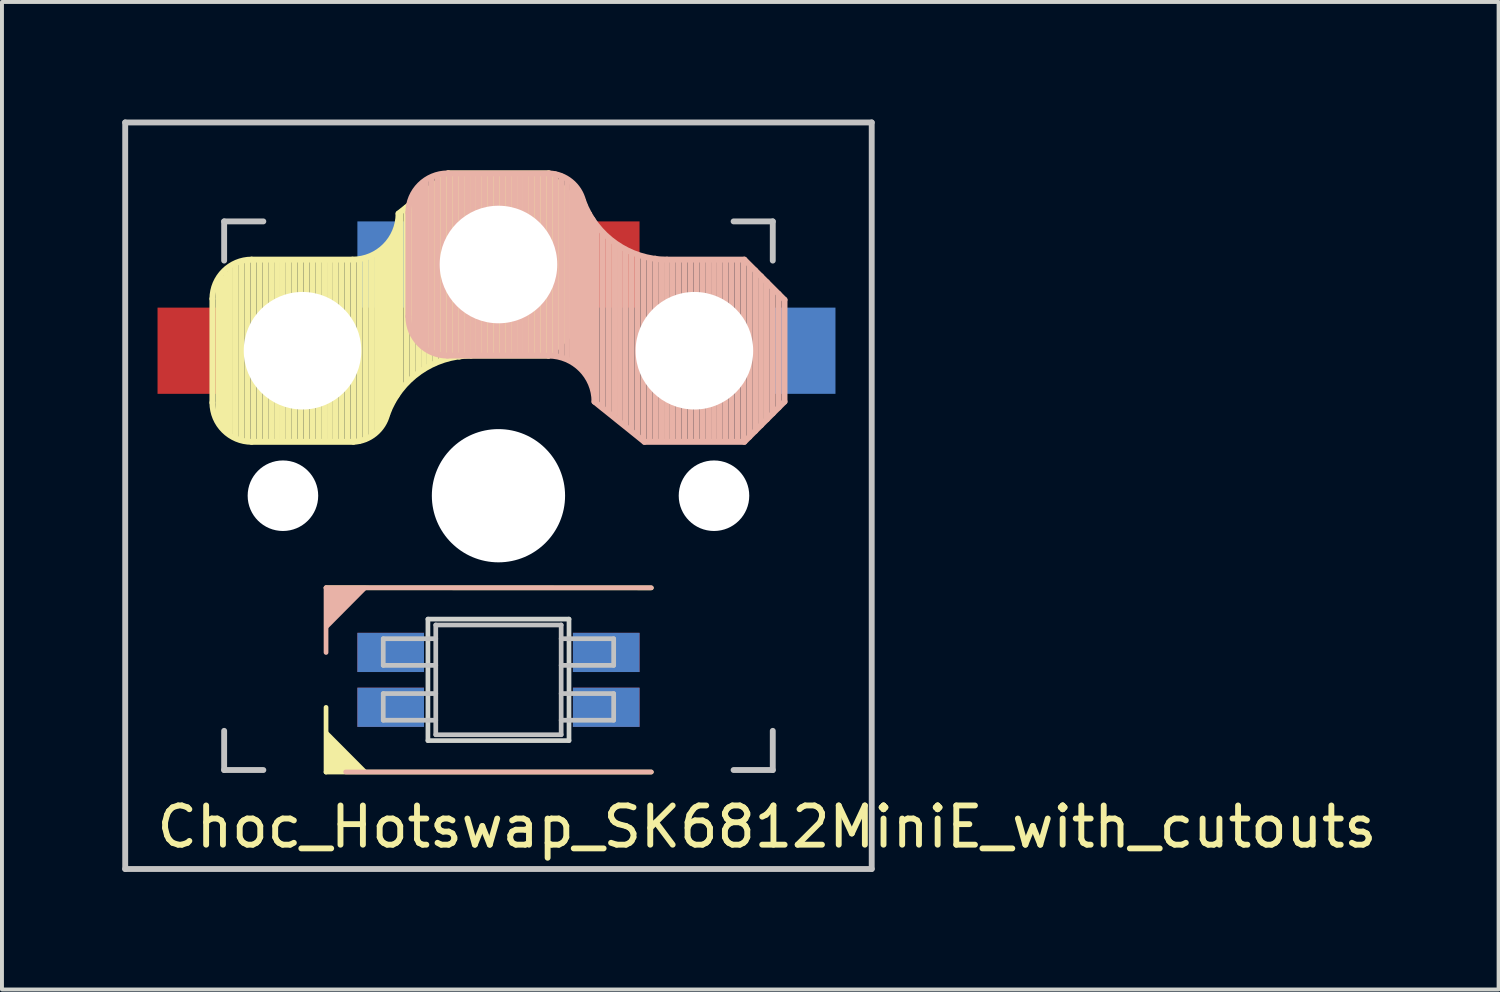
<source format=kicad_pcb>
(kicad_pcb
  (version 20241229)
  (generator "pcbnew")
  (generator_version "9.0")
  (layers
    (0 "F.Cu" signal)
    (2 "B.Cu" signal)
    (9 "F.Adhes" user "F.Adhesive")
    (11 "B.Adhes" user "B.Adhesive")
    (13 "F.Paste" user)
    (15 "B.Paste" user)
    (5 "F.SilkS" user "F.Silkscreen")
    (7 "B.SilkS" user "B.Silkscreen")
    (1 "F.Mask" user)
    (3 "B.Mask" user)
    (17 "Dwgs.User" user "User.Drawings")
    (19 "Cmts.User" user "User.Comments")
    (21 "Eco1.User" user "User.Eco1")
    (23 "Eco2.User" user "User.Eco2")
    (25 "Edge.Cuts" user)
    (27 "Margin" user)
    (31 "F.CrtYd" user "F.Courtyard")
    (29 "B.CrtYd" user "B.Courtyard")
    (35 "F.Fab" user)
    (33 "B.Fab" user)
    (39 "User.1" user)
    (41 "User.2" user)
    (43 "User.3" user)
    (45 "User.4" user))
  (footprint "Choc_Hotswap_SK6812MiniE_with_cutouts"
    (layer "F.Cu")
    (at 9.67 9.6)
    (property "Reference" "Choc_Hotswap_SK6812MiniE_with_cutouts" (at 6.85 8.45 180) (layer "F.SilkS") (effects (font (size 1 1) (thickness 0.15))))
    (attr smd)
    (fp_line (start -7.3 -5.025) (end -7.3 -2.375) (stroke (width 0.15) (type solid)) (layer "F.SilkS"))
    (fp_line (start -7.15 -1.95) (end -7.15 -5.5) (stroke (width 0.15) (type solid)) (layer "F.SilkS"))
    (fp_line (start -7.05 -1.8) (end -7.05 -5.55) (stroke (width 0.15) (type solid)) (layer "F.SilkS"))
    (fp_line (start -6.95 -1.7) (end -6.95 -5.65) (stroke (width 0.15) (type solid)) (layer "F.SilkS"))
    (fp_line (start -6.85 -1.6) (end -6.85 -5.8) (stroke (width 0.15) (type solid)) (layer "F.SilkS"))
    (fp_line (start -6.7 -1.5) (end -6.7 -5.9) (stroke (width 0.15) (type solid)) (layer "F.SilkS"))
    (fp_line (start -6.55 -1.45) (end -6.55 -5.95) (stroke (width 0.15) (type solid)) (layer "F.SilkS"))
    (fp_line (start -6.4 -1.4) (end -6.4 -5.95) (stroke (width 0.15) (type solid)) (layer "F.SilkS"))
    (fp_line (start -6.3 -6.025) (end -3.725 -6.025) (stroke (width 0.15) (type solid)) (layer "F.SilkS"))
    (fp_line (start -6.3 -1.375) (end -3.7 -1.375) (stroke (width 0.15) (type solid)) (layer "F.SilkS"))
    (fp_line (start -6.25 -1.4) (end -6.25 -6) (stroke (width 0.15) (type solid)) (layer "F.SilkS"))
    (fp_line (start -6.1 -1.4) (end -6.1 -6) (stroke (width 0.15) (type solid)) (layer "F.SilkS"))
    (fp_line (start -5.95 -1.4) (end -5.95 -6) (stroke (width 0.15) (type solid)) (layer "F.SilkS"))
    (fp_line (start -5.8 -1.4) (end -5.8 -6) (stroke (width 0.15) (type solid)) (layer "F.SilkS"))
    (fp_line (start -5.65 -1.4) (end -5.65 -6) (stroke (width 0.15) (type solid)) (layer "F.SilkS"))
    (fp_line (start -5.5 -1.4) (end -5.5 -6) (stroke (width 0.15) (type solid)) (layer "F.SilkS"))
    (fp_line (start -5.35 -1.4) (end -5.35 -6) (stroke (width 0.15) (type solid)) (layer "F.SilkS"))
    (fp_line (start -5.2 -1.4) (end -5.2 -6) (stroke (width 0.15) (type solid)) (layer "F.SilkS"))
    (fp_line (start -5.05 -1.4) (end -5.05 -6) (stroke (width 0.15) (type solid)) (layer "F.SilkS"))
    (fp_line (start -4.9 -1.4) (end -4.9 -6) (stroke (width 0.15) (type solid)) (layer "F.SilkS"))
    (fp_line (start -4.75 -1.4) (end -4.75 -6) (stroke (width 0.15) (type solid)) (layer "F.SilkS"))
    (fp_line (start -4.6 -1.4) (end -4.6 -6) (stroke (width 0.15) (type solid)) (layer "F.SilkS"))
    (fp_line (start -4.45 -1.4) (end -4.45 -6) (stroke (width 0.15) (type solid)) (layer "F.SilkS"))
    (fp_line (start -4.4 2.349) (end 3.9 2.352) (stroke (width 0.12) (type solid)) (layer "F.SilkS"))
    (fp_line (start -4.4 7.052) (end -4.4 5.401) (stroke (width 0.12) (type solid)) (layer "F.SilkS"))
    (fp_line (start -4.3 -1.4) (end -4.3 -6) (stroke (width 0.15) (type solid)) (layer "F.SilkS"))
    (fp_line (start -4.15 -1.4) (end -4.15 -6) (stroke (width 0.15) (type solid)) (layer "F.SilkS"))
    (fp_line (start -4 -1.4) (end -4 -6) (stroke (width 0.15) (type solid)) (layer "F.SilkS"))
    (fp_line (start -3.85 -1.4) (end -3.85 -5.95) (stroke (width 0.15) (type solid)) (layer "F.SilkS"))
    (fp_line (start -3.7 -1.4) (end -3.7 -6) (stroke (width 0.15) (type solid)) (layer "F.SilkS"))
    (fp_line (start -3.55 -1.4) (end -3.55 -6) (stroke (width 0.15) (type solid)) (layer "F.SilkS"))
    (fp_line (start -3.4 -1.45) (end -3.4 -6) (stroke (width 0.15) (type solid)) (layer "F.SilkS"))
    (fp_line (start -3.25 -1.55) (end -3.25 -6.1) (stroke (width 0.15) (type solid)) (layer "F.SilkS"))
    (fp_line (start -3.1 -1.65) (end -3.1 -6.15) (stroke (width 0.15) (type solid)) (layer "F.SilkS"))
    (fp_line (start -3 -1.8) (end -3 -6.2) (stroke (width 0.15) (type solid)) (layer "F.SilkS"))
    (fp_line (start -2.9 -2.05) (end -2.9 -6.25) (stroke (width 0.15) (type solid)) (layer "F.SilkS"))
    (fp_line (start -2.8 -2.2) (end -2.8 -6.35) (stroke (width 0.15) (type solid)) (layer "F.SilkS"))
    (fp_line (start -2.7 -2.4) (end -2.7 -6.55) (stroke (width 0.15) (type solid)) (layer "F.SilkS"))
    (fp_line (start -2.6 -2.55) (end -2.6 -6.7) (stroke (width 0.15) (type solid)) (layer "F.SilkS"))
    (fp_line (start -2.5 -2.75) (end -2.5 -7.2) (stroke (width 0.15) (type solid)) (layer "F.SilkS"))
    (fp_line (start -2.35 -2.9) (end -2.35 -7.35) (stroke (width 0.15) (type solid)) (layer "F.SilkS"))
    (fp_line (start -2.2 -3.05) (end -2.2 -7.45) (stroke (width 0.15) (type solid)) (layer "F.SilkS"))
    (fp_line (start -2.05 -3.15) (end -2.05 -7.55) (stroke (width 0.15) (type solid)) (layer "F.SilkS"))
    (fp_line (start -1.9 -3.25) (end -1.9 -7.7) (stroke (width 0.15) (type solid)) (layer "F.SilkS"))
    (fp_line (start -1.75 -3.35) (end -1.75 -7.8) (stroke (width 0.15) (type solid)) (layer "F.SilkS"))
    (fp_line (start -1.6 -3.4) (end -1.6 -7.95) (stroke (width 0.15) (type solid)) (layer "F.SilkS"))
    (fp_line (start -1.45 -3.5) (end -1.45 -8.05) (stroke (width 0.15) (type solid)) (layer "F.SilkS"))
    (fp_line (start -1.3 -3.55) (end -1.3 -8.15) (stroke (width 0.15) (type solid)) (layer "F.SilkS"))
    (fp_line (start -1.275 -8.225) (end -2.55 -7.2) (stroke (width 0.15) (type solid)) (layer "F.SilkS"))
    (fp_line (start -1.275 -8.225) (end 1.275 -8.225) (stroke (width 0.15) (type solid)) (layer "F.SilkS"))
    (fp_line (start -1.15 -3.55) (end -1.15 -8.2) (stroke (width 0.15) (type solid)) (layer "F.SilkS"))
    (fp_line (start -1 -3.55) (end -1 -8.2) (stroke (width 0.15) (type solid)) (layer "F.SilkS"))
    (fp_line (start -0.85 -3.6) (end -0.85 -8.15) (stroke (width 0.15) (type solid)) (layer "F.SilkS"))
    (fp_line (start -0.7 -3.6) (end -0.7 -8.2) (stroke (width 0.15) (type solid)) (layer "F.SilkS"))
    (fp_line (start -0.7 -3.575) (end 1.275 -3.575) (stroke (width 0.15) (type solid)) (layer "F.SilkS"))
    (fp_line (start -0.55 -3.6) (end -0.55 -8.2) (stroke (width 0.15) (type solid)) (layer "F.SilkS"))
    (fp_line (start -0.4 -3.6) (end -0.4 -8.2) (stroke (width 0.15) (type solid)) (layer "F.SilkS"))
    (fp_line (start -0.25 -3.6) (end -0.25 -8.2) (stroke (width 0.15) (type solid)) (layer "F.SilkS"))
    (fp_line (start -0.1 -3.6) (end -0.1 -8.2) (stroke (width 0.15) (type solid)) (layer "F.SilkS"))
    (fp_line (start 0.05 -3.6) (end 0.05 -8.2) (stroke (width 0.15) (type solid)) (layer "F.SilkS"))
    (fp_line (start 0.2 -3.6) (end 0.2 -8.2) (stroke (width 0.15) (type solid)) (layer "F.SilkS"))
    (fp_line (start 0.35 -3.6) (end 0.35 -8.2) (stroke (width 0.15) (type solid)) (layer "F.SilkS"))
    (fp_line (start 0.5 -3.6) (end 0.5 -8.2) (stroke (width 0.15) (type solid)) (layer "F.SilkS"))
    (fp_line (start 0.65 -3.6) (end 0.65 -8.2) (stroke (width 0.15) (type solid)) (layer "F.SilkS"))
    (fp_line (start 0.8 -3.6) (end 0.8 -8.2) (stroke (width 0.15) (type solid)) (layer "F.SilkS"))
    (fp_line (start 0.95 -3.6) (end 0.95 -8.2) (stroke (width 0.15) (type solid)) (layer "F.SilkS"))
    (fp_line (start 1.1 -3.6) (end 1.1 -8.2) (stroke (width 0.15) (type solid)) (layer "F.SilkS"))
    (fp_line (start 1.25 -3.6) (end 1.25 -8.2) (stroke (width 0.15) (type solid)) (layer "F.SilkS"))
    (fp_line (start 1.4 -3.75) (end 1.4 -8.1) (stroke (width 0.15) (type solid)) (layer "F.SilkS"))
    (fp_line (start 1.55 -3.85) (end 1.55 -7.95) (stroke (width 0.15) (type solid)) (layer "F.SilkS"))
    (fp_line (start 1.7 -4) (end 1.7 -7.8) (stroke (width 0.15) (type solid)) (layer "F.SilkS"))
    (fp_line (start 1.85 -4.15) (end 1.85 -7.65) (stroke (width 0.15) (type solid)) (layer "F.SilkS"))
    (fp_line (start 2 -4.35) (end 2 -7.5) (stroke (width 0.15) (type solid)) (layer "F.SilkS"))
    (fp_line (start 2.15 -4.45) (end 2.15 -7.35) (stroke (width 0.15) (type solid)) (layer "F.SilkS"))
    (fp_line (start 2.3 -7.2) (end 1.275 -8.225) (stroke (width 0.15) (type solid)) (layer "F.SilkS"))
    (fp_line (start 2.3 -7.2) (end 2.3 -4.6) (stroke (width 0.15) (type solid)) (layer "F.SilkS"))
    (fp_line (start 2.3 -4.6) (end 1.275 -3.575) (stroke (width 0.15) (type solid)) (layer "F.SilkS"))
    (fp_line (start 3.9 7.052) (end -4.4 7.052) (stroke (width 0.12) (type solid)) (layer "F.SilkS"))
    (fp_arc (start -7.3 -5.025) (mid -7.007107 -5.732107) (end -6.3 -6.025) (stroke (width 0.15) (type solid)) (layer "F.SilkS"))
    (fp_arc (start -6.3 -1.375) (mid -7.007107 -1.667893) (end -7.3 -2.375) (stroke (width 0.15) (type solid)) (layer "F.SilkS"))
    (fp_arc (start -2.837801 -2.078096) (mid -3.151716 -1.583979) (end -3.699005 -1.376209) (stroke (width 0.15) (type solid)) (layer "F.SilkS"))
    (fp_arc (start -2.837801 -2.078096) (mid -2.004887 -3.163571) (end -0.7 -3.575) (stroke (width 0.15) (type solid)) (layer "F.SilkS"))
    (fp_arc (start -2.55 -7.2) (mid -2.89415 -6.36915) (end -3.725 -6.025) (stroke (width 0.15) (type solid)) (layer "F.SilkS"))
    (fp_poly (pts (xy -3.392 7.049) (xy -4.4 7.052) (xy -4.4 6.036)) (stroke (width 0.1) (type solid)) (fill yes) (layer "F.SilkS"))
    (fp_line (start -4.4 2.349) (end -4.4 4) (stroke (width 0.12) (type solid)) (layer "B.SilkS"))
    (fp_line (start -3.9 7.049) (end 3.9 7.049) (stroke (width 0.12) (type solid)) (layer "B.SilkS"))
    (fp_line (start -2.3 -4.575) (end -2.3 -7.225) (stroke (width 0.15) (type solid)) (layer "B.SilkS"))
    (fp_line (start -2.15 -7.65) (end -2.15 -4.1) (stroke (width 0.15) (type solid)) (layer "B.SilkS"))
    (fp_line (start -2.05 -7.8) (end -2.05 -4.05) (stroke (width 0.15) (type solid)) (layer "B.SilkS"))
    (fp_line (start -1.95 -7.9) (end -1.95 -3.95) (stroke (width 0.15) (type solid)) (layer "B.SilkS"))
    (fp_line (start -1.85 -8) (end -1.85 -3.8) (stroke (width 0.15) (type solid)) (layer "B.SilkS"))
    (fp_line (start -1.7 -8.1) (end -1.7 -3.7) (stroke (width 0.15) (type solid)) (layer "B.SilkS"))
    (fp_line (start -1.55 -8.15) (end -1.55 -3.65) (stroke (width 0.15) (type solid)) (layer "B.SilkS"))
    (fp_line (start -1.4 -8.2) (end -1.4 -3.65) (stroke (width 0.15) (type solid)) (layer "B.SilkS"))
    (fp_line (start -1.3 -8.225) (end 1.3 -8.225) (stroke (width 0.15) (type solid)) (layer "B.SilkS"))
    (fp_line (start -1.3 -3.575) (end 1.275 -3.575) (stroke (width 0.15) (type solid)) (layer "B.SilkS"))
    (fp_line (start -1.25 -8.2) (end -1.25 -3.6) (stroke (width 0.15) (type solid)) (layer "B.SilkS"))
    (fp_line (start -1.1 -8.2) (end -1.1 -3.6) (stroke (width 0.15) (type solid)) (layer "B.SilkS"))
    (fp_line (start -0.95 -8.2) (end -0.95 -3.6) (stroke (width 0.15) (type solid)) (layer "B.SilkS"))
    (fp_line (start -0.8 -8.2) (end -0.8 -3.6) (stroke (width 0.15) (type solid)) (layer "B.SilkS"))
    (fp_line (start -0.65 -8.2) (end -0.65 -3.6) (stroke (width 0.15) (type solid)) (layer "B.SilkS"))
    (fp_line (start -0.5 -8.2) (end -0.5 -3.6) (stroke (width 0.15) (type solid)) (layer "B.SilkS"))
    (fp_line (start -0.35 -8.2) (end -0.35 -3.6) (stroke (width 0.15) (type solid)) (layer "B.SilkS"))
    (fp_line (start -0.2 -8.2) (end -0.2 -3.6) (stroke (width 0.15) (type solid)) (layer "B.SilkS"))
    (fp_line (start -0.05 -8.2) (end -0.05 -3.6) (stroke (width 0.15) (type solid)) (layer "B.SilkS"))
    (fp_line (start 0.1 -8.2) (end 0.1 -3.6) (stroke (width 0.15) (type solid)) (layer "B.SilkS"))
    (fp_line (start 0.25 -8.2) (end 0.25 -3.6) (stroke (width 0.15) (type solid)) (layer "B.SilkS"))
    (fp_line (start 0.4 -8.2) (end 0.4 -3.6) (stroke (width 0.15) (type solid)) (layer "B.SilkS"))
    (fp_line (start 0.55 -8.2) (end 0.55 -3.6) (stroke (width 0.15) (type solid)) (layer "B.SilkS"))
    (fp_line (start 0.7 -8.2) (end 0.7 -3.6) (stroke (width 0.15) (type solid)) (layer "B.SilkS"))
    (fp_line (start 0.85 -8.2) (end 0.85 -3.6) (stroke (width 0.15) (type solid)) (layer "B.SilkS"))
    (fp_line (start 1 -8.2) (end 1 -3.6) (stroke (width 0.15) (type solid)) (layer "B.SilkS"))
    (fp_line (start 1.15 -8.2) (end 1.15 -3.65) (stroke (width 0.15) (type solid)) (layer "B.SilkS"))
    (fp_line (start 1.3 -8.2) (end 1.3 -3.6) (stroke (width 0.15) (type solid)) (layer "B.SilkS"))
    (fp_line (start 1.45 -8.2) (end 1.45 -3.6) (stroke (width 0.15) (type solid)) (layer "B.SilkS"))
    (fp_line (start 1.6 -8.15) (end 1.6 -3.6) (stroke (width 0.15) (type solid)) (layer "B.SilkS"))
    (fp_line (start 1.75 -8.05) (end 1.75 -3.5) (stroke (width 0.15) (type solid)) (layer "B.SilkS"))
    (fp_line (start 1.9 -7.95) (end 1.9 -3.45) (stroke (width 0.15) (type solid)) (layer "B.SilkS"))
    (fp_line (start 2 -7.8) (end 2 -3.4) (stroke (width 0.15) (type solid)) (layer "B.SilkS"))
    (fp_line (start 2.1 -7.55) (end 2.1 -3.35) (stroke (width 0.15) (type solid)) (layer "B.SilkS"))
    (fp_line (start 2.2 -7.4) (end 2.2 -3.25) (stroke (width 0.15) (type solid)) (layer "B.SilkS"))
    (fp_line (start 2.3 -7.2) (end 2.3 -3.05) (stroke (width 0.15) (type solid)) (layer "B.SilkS"))
    (fp_line (start 2.4 -7.05) (end 2.4 -2.9) (stroke (width 0.15) (type solid)) (layer "B.SilkS"))
    (fp_line (start 2.5 -6.85) (end 2.5 -2.4) (stroke (width 0.15) (type solid)) (layer "B.SilkS"))
    (fp_line (start 2.65 -6.7) (end 2.65 -2.25) (stroke (width 0.15) (type solid)) (layer "B.SilkS"))
    (fp_line (start 2.8 -6.55) (end 2.8 -2.15) (stroke (width 0.15) (type solid)) (layer "B.SilkS"))
    (fp_line (start 2.95 -6.45) (end 2.95 -2.05) (stroke (width 0.15) (type solid)) (layer "B.SilkS"))
    (fp_line (start 3.1 -6.35) (end 3.1 -1.9) (stroke (width 0.15) (type solid)) (layer "B.SilkS"))
    (fp_line (start 3.25 -6.25) (end 3.25 -1.8) (stroke (width 0.15) (type solid)) (layer "B.SilkS"))
    (fp_line (start 3.4 -6.2) (end 3.4 -1.65) (stroke (width 0.15) (type solid)) (layer "B.SilkS"))
    (fp_line (start 3.55 -6.1) (end 3.55 -1.55) (stroke (width 0.15) (type solid)) (layer "B.SilkS"))
    (fp_line (start 3.7 -6.05) (end 3.7 -1.45) (stroke (width 0.15) (type solid)) (layer "B.SilkS"))
    (fp_line (start 3.725 -1.375) (end 2.45 -2.4) (stroke (width 0.15) (type solid)) (layer "B.SilkS"))
    (fp_line (start 3.725 -1.375) (end 6.275 -1.375) (stroke (width 0.15) (type solid)) (layer "B.SilkS"))
    (fp_line (start 3.85 -6.05) (end 3.85 -1.4) (stroke (width 0.15) (type solid)) (layer "B.SilkS"))
    (fp_line (start 3.9 2.349) (end -4.4 2.349) (stroke (width 0.12) (type solid)) (layer "B.SilkS"))
    (fp_line (start 4 -6.05) (end 4 -1.4) (stroke (width 0.15) (type solid)) (layer "B.SilkS"))
    (fp_line (start 4.15 -6) (end 4.15 -1.45) (stroke (width 0.15) (type solid)) (layer "B.SilkS"))
    (fp_line (start 4.3 -6.025) (end 6.275 -6.025) (stroke (width 0.15) (type solid)) (layer "B.SilkS"))
    (fp_line (start 4.3 -6) (end 4.3 -1.4) (stroke (width 0.15) (type solid)) (layer "B.SilkS"))
    (fp_line (start 4.45 -6) (end 4.45 -1.4) (stroke (width 0.15) (type solid)) (layer "B.SilkS"))
    (fp_line (start 4.6 -6) (end 4.6 -1.4) (stroke (width 0.15) (type solid)) (layer "B.SilkS"))
    (fp_line (start 4.75 -6) (end 4.75 -1.4) (stroke (width 0.15) (type solid)) (layer "B.SilkS"))
    (fp_line (start 4.9 -6) (end 4.9 -1.4) (stroke (width 0.15) (type solid)) (layer "B.SilkS"))
    (fp_line (start 5.05 -6) (end 5.05 -1.4) (stroke (width 0.15) (type solid)) (layer "B.SilkS"))
    (fp_line (start 5.2 -6) (end 5.2 -1.4) (stroke (width 0.15) (type solid)) (layer "B.SilkS"))
    (fp_line (start 5.35 -6) (end 5.35 -1.4) (stroke (width 0.15) (type solid)) (layer "B.SilkS"))
    (fp_line (start 5.5 -6) (end 5.5 -1.4) (stroke (width 0.15) (type solid)) (layer "B.SilkS"))
    (fp_line (start 5.65 -6) (end 5.65 -1.4) (stroke (width 0.15) (type solid)) (layer "B.SilkS"))
    (fp_line (start 5.8 -6) (end 5.8 -1.4) (stroke (width 0.15) (type solid)) (layer "B.SilkS"))
    (fp_line (start 5.95 -6) (end 5.95 -1.4) (stroke (width 0.15) (type solid)) (layer "B.SilkS"))
    (fp_line (start 6.1 -6) (end 6.1 -1.4) (stroke (width 0.15) (type solid)) (layer "B.SilkS"))
    (fp_line (start 6.25 -6) (end 6.25 -1.4) (stroke (width 0.15) (type solid)) (layer "B.SilkS"))
    (fp_line (start 6.4 -5.85) (end 6.4 -1.5) (stroke (width 0.15) (type solid)) (layer "B.SilkS"))
    (fp_line (start 6.55 -5.75) (end 6.55 -1.65) (stroke (width 0.15) (type solid)) (layer "B.SilkS"))
    (fp_line (start 6.7 -5.6) (end 6.7 -1.8) (stroke (width 0.15) (type solid)) (layer "B.SilkS"))
    (fp_line (start 6.85 -5.45) (end 6.85 -1.95) (stroke (width 0.15) (type solid)) (layer "B.SilkS"))
    (fp_line (start 7 -5.25) (end 7 -2.1) (stroke (width 0.15) (type solid)) (layer "B.SilkS"))
    (fp_line (start 7.15 -5.15) (end 7.15 -2.25) (stroke (width 0.15) (type solid)) (layer "B.SilkS"))
    (fp_line (start 7.3 -5) (end 6.275 -6.025) (stroke (width 0.15) (type solid)) (layer "B.SilkS"))
    (fp_line (start 7.3 -2.4) (end 6.275 -1.375) (stroke (width 0.15) (type solid)) (layer "B.SilkS"))
    (fp_line (start 7.3 -2.4) (end 7.3 -5) (stroke (width 0.15) (type solid)) (layer "B.SilkS"))
    (fp_arc (start -2.3 -7.225) (mid -2.007107 -7.932107) (end -1.3 -8.225) (stroke (width 0.15) (type solid)) (layer "B.SilkS"))
    (fp_arc (start -1.3 -3.575) (mid -2.007107 -3.867893) (end -2.3 -4.575) (stroke (width 0.15) (type solid)) (layer "B.SilkS"))
    (fp_arc (start 1.275 -3.575) (mid 2.10585 -3.23085) (end 2.45 -2.4) (stroke (width 0.15) (type solid)) (layer "B.SilkS"))
    (fp_arc (start 1.300995 -8.223791) (mid 1.848284 -8.016021) (end 2.162199 -7.521904) (stroke (width 0.15) (type solid)) (layer "B.SilkS"))
    (fp_arc (start 4.3 -6.025) (mid 2.995114 -6.436429) (end 2.162199 -7.521904) (stroke (width 0.15) (type solid)) (layer "B.SilkS"))
    (fp_poly (pts (xy -4.4 3.365) (xy -4.4 2.349) (xy -3.392 2.349)) (stroke (width 0.1) (type solid)) (fill yes) (layer "B.SilkS"))
    (fp_line (start -9.525 -9.525) (end 9.525 -9.525) (stroke (width 0.15) (type solid)) (layer "Dwgs.User"))
    (fp_line (start -9.525 9.525) (end -9.525 -9.525) (stroke (width 0.15) (type solid)) (layer "Dwgs.User"))
    (fp_line (start -7 -7) (end -7 -6) (stroke (width 0.15) (type solid)) (layer "Dwgs.User"))
    (fp_line (start -7 6) (end -7 7) (stroke (width 0.15) (type solid)) (layer "Dwgs.User"))
    (fp_line (start -7 7) (end -6 7) (stroke (width 0.15) (type solid)) (layer "Dwgs.User"))
    (fp_line (start -6 -7) (end -7 -7) (stroke (width 0.15) (type solid)) (layer "Dwgs.User"))
    (fp_line (start -2.94 3.649) (end -2.94 4.329) (stroke (width 0.12) (type solid)) (layer "Dwgs.User"))
    (fp_line (start -2.94 4.329) (end -1.6 4.329) (stroke (width 0.12) (type solid)) (layer "Dwgs.User"))
    (fp_line (start -2.94 5.049) (end -2.94 5.729) (stroke (width 0.12) (type solid)) (layer "Dwgs.User"))
    (fp_line (start -2.94 5.729) (end -1.6 5.729) (stroke (width 0.12) (type solid)) (layer "Dwgs.User"))
    (fp_line (start -1.6 3.299) (end -1.6 6.099) (stroke (width 0.12) (type solid)) (layer "Dwgs.User"))
    (fp_line (start -1.6 3.299) (end 1.6 3.299) (stroke (width 0.12) (type solid)) (layer "Dwgs.User"))
    (fp_line (start -1.6 3.649) (end -2.94 3.649) (stroke (width 0.12) (type solid)) (layer "Dwgs.User"))
    (fp_line (start -1.6 5.049) (end -2.94 5.049) (stroke (width 0.12) (type solid)) (layer "Dwgs.User"))
    (fp_line (start -1.6 6.099) (end 1.6 6.099) (stroke (width 0.12) (type solid)) (layer "Dwgs.User"))
    (fp_line (start 1.6 3.299) (end 1.6 6.099) (stroke (width 0.12) (type solid)) (layer "Dwgs.User"))
    (fp_line (start 1.6 4.329) (end 2.94 4.329) (stroke (width 0.12) (type solid)) (layer "Dwgs.User"))
    (fp_line (start 1.6 5.729) (end 2.94 5.729) (stroke (width 0.12) (type solid)) (layer "Dwgs.User"))
    (fp_line (start 2.94 3.649) (end 1.6 3.649) (stroke (width 0.12) (type solid)) (layer "Dwgs.User"))
    (fp_line (start 2.94 4.329) (end 2.94 3.649) (stroke (width 0.12) (type solid)) (layer "Dwgs.User"))
    (fp_line (start 2.94 5.049) (end 1.6 5.049) (stroke (width 0.12) (type solid)) (layer "Dwgs.User"))
    (fp_line (start 2.94 5.729) (end 2.94 5.049) (stroke (width 0.12) (type solid)) (layer "Dwgs.User"))
    (fp_line (start 6 -7) (end 7 -7) (stroke (width 0.15) (type solid)) (layer "Dwgs.User"))
    (fp_line (start 7 -7) (end 7 -6) (stroke (width 0.15) (type solid)) (layer "Dwgs.User"))
    (fp_line (start 7 6) (end 7 7) (stroke (width 0.15) (type solid)) (layer "Dwgs.User"))
    (fp_line (start 7 7) (end 6 7) (stroke (width 0.15) (type solid)) (layer "Dwgs.User"))
    (fp_line (start 9.525 -9.525) (end 9.525 9.525) (stroke (width 0.15) (type solid)) (layer "Dwgs.User"))
    (fp_line (start 9.525 9.525) (end -9.525 9.525) (stroke (width 0.15) (type solid)) (layer "Dwgs.User"))
    (fp_line (start -1.8 3.149) (end -1.8 6.249) (stroke (width 0.12) (type solid)) (layer "Edge.Cuts"))
    (fp_line (start -1.8 6.249) (end 1.8 6.249) (stroke (width 0.12) (type solid)) (layer "Edge.Cuts"))
    (fp_line (start 1.8 3.149) (end -1.8 3.149) (stroke (width 0.12) (type solid)) (layer "Edge.Cuts"))
    (fp_line (start 1.8 6.249) (end 1.8 3.149) (stroke (width 0.12) (type solid)) (layer "Edge.Cuts"))
    (fp_rect (start -6.9 -6.9) (end 6.9 6.9) (stroke (width 0.1) (type solid)) (fill no) (layer "User.3"))
    (fp_line (start -3.7 5.75) (end -3.7 3.65) (stroke (width 0.15) (type default)) (layer "User.5"))
    (fp_line (start -3.2 3.15) (end 3.2 3.15) (stroke (width 0.15) (type default)) (layer "User.5"))
    (fp_line (start 3.2 6.25) (end -3.2 6.25) (stroke (width 0.15) (type default)) (layer "User.5"))
    (fp_line (start 3.7 3.65) (end 3.7 5.75) (stroke (width 0.15) (type default)) (layer "User.5"))
    (fp_arc (start -3.700001 3.649999) (mid -3.553554 3.296446) (end -3.200001 3.149999) (stroke (width 0.15) (type default)) (layer "User.5"))
    (fp_arc (start -3.200001 6.249999) (mid -3.553553 6.103552) (end -3.700001 5.749999) (stroke (width 0.15) (type default)) (layer "User.5"))
    (fp_arc (start 3.199999 3.149999) (mid 3.553553 3.296445) (end 3.699999 3.649999) (stroke (width 0.15) (type default)) (layer "User.5"))
    (fp_arc (start 3.699999 5.749999) (mid 3.553553 6.103553) (end 3.199999 6.249999) (stroke (width 0.15) (type default)) (layer "User.5"))
    (fp_line (start -4.65 -7.3) (end -2.5 -8.5) (stroke (width 0.15) (type solid)) (layer "User.6"))
    (fp_line (start -4.65 -4.6) (end -4.65 -7.3) (stroke (width 0.15) (type solid)) (layer "User.6"))
    (fp_line (start -4.65 -4.6) (end -1.433 0.915) (stroke (width 0.15) (type solid)) (layer "User.6"))
    (fp_line (start 0.215 1.686) (end 5.665 0.893) (stroke (width 0.15) (type solid)) (layer "User.6"))
    (fp_line (start 2.8 -8.5) (end -2.5 -8.5) (stroke (width 0.15) (type solid)) (layer "User.6"))
    (fp_line (start 7.5 -6.5) (end 2.8 -8.5) (stroke (width 0.15) (type solid)) (layer "User.6"))
    (fp_line (start 9.6 -5.1) (end 7.5 -6.5) (stroke (width 0.15) (type solid)) (layer "User.6"))
    (fp_line (start 9.6 -5.1) (end 9.6 -2.4) (stroke (width 0.15) (type solid)) (layer "User.6"))
    (fp_line (start 9.6 -2.4) (end 6.123 0.694) (stroke (width 0.15) (type solid)) (layer "User.6"))
    (fp_arc (start 0.215274 1.686315) (mid -0.72057 1.539632) (end -1.432504 0.914756) (stroke (width 0.15) (type solid)) (layer "User.6"))
    (fp_arc (start 6.122741 0.694116) (mid 5.90786 0.825762) (end 5.664894 0.892636) (stroke (width 0.15) (type solid)) (layer "User.6"))
    (fp_line (start -9.595 -5.1) (end -9.595 -2.4) (stroke (width 0.15) (type solid)) (layer "User.7"))
    (fp_line (start -9.595 -5.1) (end -7.495 -6.5) (stroke (width 0.15) (type solid)) (layer "User.7"))
    (fp_line (start -9.595 -2.4) (end -6.117 0.694) (stroke (width 0.15) (type solid)) (layer "User.7"))
    (fp_line (start -7.495 -6.5) (end -2.795 -8.5) (stroke (width 0.15) (type solid)) (layer "User.7"))
    (fp_line (start -2.795 -8.5) (end 2.505 -8.5) (stroke (width 0.15) (type solid)) (layer "User.7"))
    (fp_line (start -0.21 1.686) (end -5.659 0.893) (stroke (width 0.15) (type solid)) (layer "User.7"))
    (fp_line (start 4.655 -7.3) (end 2.505 -8.5) (stroke (width 0.15) (type solid)) (layer "User.7"))
    (fp_line (start 4.655 -4.6) (end 1.438 0.915) (stroke (width 0.15) (type solid)) (layer "User.7"))
    (fp_line (start 4.655 -4.6) (end 4.655 -7.3) (stroke (width 0.15) (type solid)) (layer "User.7"))
    (fp_arc (start -5.659412 0.892752) (mid -5.902379 0.825881) (end -6.117259 0.694232) (stroke (width 0.15) (type solid)) (layer "User.7"))
    (fp_arc (start 1.437986 0.914872) (mid 0.726052 1.539748) (end -0.209792 1.686431) (stroke (width 0.15) (type solid)) (layer "User.7"))
    (pad "" np_thru_hole circle (at -5.5 0 270) (size 1.8 1.8) (drill 1.8) (layers "*.Cu" "*.Mask"))
    (pad "" np_thru_hole circle (at -5 -3.7 90) (size 3 3) (drill 3) (layers "*.Cu" "*.Mask"))
    (pad "" np_thru_hole circle (at 0 -5.9 270) (size 3 3) (drill 3) (layers "*.Cu" "*.Mask"))
    (pad "" np_thru_hole circle (at 0 0 270) (size 3.4 3.4) (drill 3.4) (layers "*.Cu" "*.Mask"))
    (pad "" np_thru_hole circle (at 5 -3.7 270) (size 3 3) (drill 3) (layers "*.Cu" "*.Mask"))
    (pad "" np_thru_hole circle (at 5.5 0 270) (size 1.8 1.8) (drill 1.8) (layers "*.Cu" "*.Mask"))
    (pad "1" smd rect (at 2.75 3.999) (size 1.7 1) (layers "F.Cu" "F.Mask" "F.Paste"))
    (pad "1" smd rect (at 2.75 5.399) (size 1.7 1) (layers "B.Cu" "B.Mask" "B.Paste"))
    (pad "2" smd rect (at 2.75 3.999) (size 1.7 1) (layers "B.Cu" "B.Mask" "B.Paste"))
    (pad "2" smd rect (at 2.75 5.399) (size 1.7 1) (layers "F.Cu" "F.Mask" "F.Paste"))
    (pad "3" smd rect (at -2.75 3.999) (size 1.7 1) (layers "B.Cu" "B.Mask" "B.Paste"))
    (pad "3" smd rect (at -2.75 5.399) (size 1.7 1) (layers "F.Cu" "F.Mask" "F.Paste"))
    (pad "4" smd rect (at -2.75 3.999) (size 1.7 1) (layers "F.Cu" "F.Mask" "F.Paste"))
    (pad "4" smd rect (at -2.75 5.399) (size 1.7 1) (layers "B.Cu" "B.Mask" "B.Paste"))
    (pad "5" smd rect (at -2.8 -5.9) (size 1.6 2.2) (layers "B.Cu" "B.Mask" "B.Paste"))
    (pad "5" smd rect (at 2.8 -5.9) (size 1.6 2.2) (layers "F.Cu" "F.Mask" "F.Paste"))
    (pad "6" smd rect (at -7.9 -3.7) (size 1.6 2.2) (layers "F.Cu" "F.Mask" "F.Paste"))
    (pad "6" smd rect (at 7.8 -3.7) (size 1.6 2.2) (layers "B.Cu" "B.Mask" "B.Paste")))
  (gr_rect
    (start -3 -3)
    (end 35.192 22.2)
    (stroke (width 0.1) (type default))
    (fill no)
    (layer "Edge.Cuts")))
</source>
